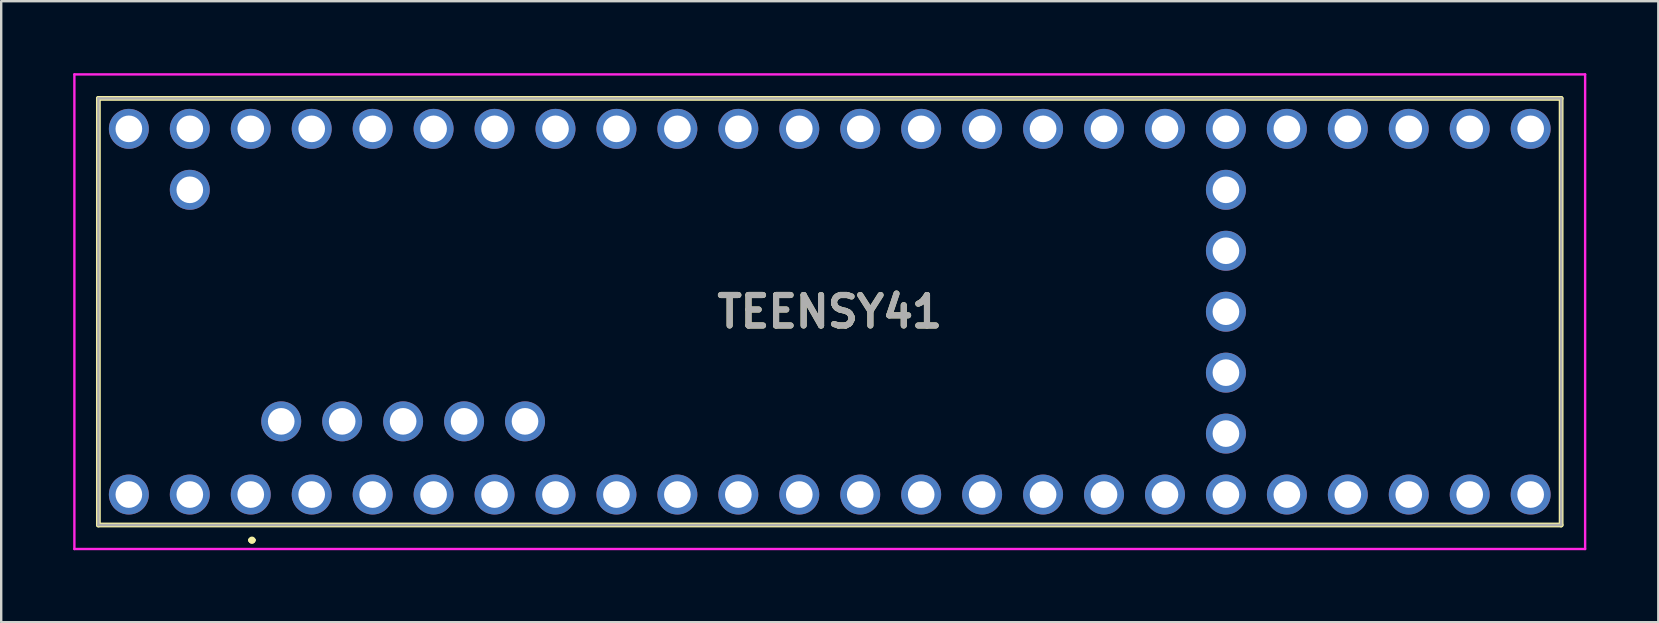
<source format=kicad_pcb>
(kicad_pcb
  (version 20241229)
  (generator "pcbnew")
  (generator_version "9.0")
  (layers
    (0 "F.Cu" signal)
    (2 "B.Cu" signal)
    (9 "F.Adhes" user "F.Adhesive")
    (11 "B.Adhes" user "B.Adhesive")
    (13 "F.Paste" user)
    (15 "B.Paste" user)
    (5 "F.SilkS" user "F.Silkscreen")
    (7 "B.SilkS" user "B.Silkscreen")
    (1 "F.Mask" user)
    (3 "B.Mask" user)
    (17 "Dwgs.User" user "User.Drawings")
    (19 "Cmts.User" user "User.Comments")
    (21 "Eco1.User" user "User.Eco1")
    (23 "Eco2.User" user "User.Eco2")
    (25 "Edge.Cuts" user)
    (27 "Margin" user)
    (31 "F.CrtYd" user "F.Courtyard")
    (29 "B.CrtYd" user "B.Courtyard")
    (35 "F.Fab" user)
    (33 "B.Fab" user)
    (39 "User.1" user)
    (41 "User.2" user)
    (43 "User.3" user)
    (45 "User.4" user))
  (footprint "TEENSY41"
    (layer "F.Cu")
    (at 7.4 17.56)
    (property "Reference" "TEENSY41" (at 24.13 -7.62 0) (layer "F.SilkS") (effects (font (size 1.27 1.27) (thickness 0.254))))
    (attr through_hole)
    (fp_line (start -6.35 -16.51) (end -6.35 1.27) (stroke (width 0.2) (type solid)) (layer "F.SilkS"))
    (fp_line (start -6.35 1.27) (end 54.61 1.27) (stroke (width 0.2) (type solid)) (layer "F.SilkS"))
    (fp_line (start 0 1.9) (end 0 1.9) (stroke (width 0.2) (type solid)) (layer "F.SilkS"))
    (fp_line (start 0 1.9) (end 0 1.9) (stroke (width 0.2) (type solid)) (layer "F.SilkS"))
    (fp_line (start 0.1 1.9) (end 0.1 1.9) (stroke (width 0.2) (type solid)) (layer "F.SilkS"))
    (fp_line (start 54.61 -16.51) (end -6.35 -16.51) (stroke (width 0.2) (type solid)) (layer "F.SilkS"))
    (fp_line (start 54.61 1.27) (end 54.61 -16.51) (stroke (width 0.2) (type solid)) (layer "F.SilkS"))
    (fp_arc (start 0 1.9) (mid 0.05 1.85) (end 0.1 1.9) (stroke (width 0.2) (type solid)) (layer "F.SilkS"))
    (fp_arc (start 0.1 1.9) (mid 0.05 1.95) (end 0 1.9) (stroke (width 0.2) (type solid)) (layer "F.SilkS"))
    (fp_arc (start 0.1 1.9) (mid 0.05 1.95) (end 0 1.9) (stroke (width 0.2) (type solid)) (layer "F.SilkS"))
    (fp_line (start -7.35 -17.51) (end 55.61 -17.51) (stroke (width 0.1) (type solid)) (layer "F.CrtYd"))
    (fp_line (start -7.35 2.27) (end -7.35 -17.51) (stroke (width 0.1) (type solid)) (layer "F.CrtYd"))
    (fp_line (start 55.61 -17.51) (end 55.61 2.27) (stroke (width 0.1) (type solid)) (layer "F.CrtYd"))
    (fp_line (start 55.61 2.27) (end -7.35 2.27) (stroke (width 0.1) (type solid)) (layer "F.CrtYd"))
    (fp_line (start -6.35 -16.51) (end -6.35 1.27) (stroke (width 0.1) (type solid)) (layer "F.Fab"))
    (fp_line (start -6.35 1.27) (end 54.61 1.27) (stroke (width 0.1) (type solid)) (layer "F.Fab"))
    (fp_line (start 54.61 -16.51) (end -6.35 -16.51) (stroke (width 0.1) (type solid)) (layer "F.Fab"))
    (fp_line (start 54.61 1.27) (end 54.61 -16.51) (stroke (width 0.1) (type solid)) (layer "F.Fab"))
    (fp_text user "${REFERENCE}" (at 24.13 -7.62 0) (layer "F.Fab") (effects (font (size 1.27 1.27) (thickness 0.254))))
    (pad "1" thru_hole circle (at 0 0) (size 1.665 1.665) (drill 1.11) (layers "*.Cu" "*.Mask"))
    (pad "2" thru_hole circle (at 2.54 0) (size 1.665 1.665) (drill 1.11) (layers "*.Cu" "*.Mask"))
    (pad "3" thru_hole circle (at 5.08 0) (size 1.665 1.665) (drill 1.11) (layers "*.Cu" "*.Mask"))
    (pad "4" thru_hole circle (at 7.62 0) (size 1.665 1.665) (drill 1.11) (layers "*.Cu" "*.Mask"))
    (pad "5" thru_hole circle (at 10.16 0) (size 1.665 1.665) (drill 1.11) (layers "*.Cu" "*.Mask"))
    (pad "6" thru_hole circle (at 12.7 0) (size 1.665 1.665) (drill 1.11) (layers "*.Cu" "*.Mask"))
    (pad "7" thru_hole circle (at 15.24 0) (size 1.665 1.665) (drill 1.11) (layers "*.Cu" "*.Mask"))
    (pad "8" thru_hole circle (at 17.78 0) (size 1.665 1.665) (drill 1.11) (layers "*.Cu" "*.Mask"))
    (pad "9" thru_hole circle (at 20.32 0) (size 1.665 1.665) (drill 1.11) (layers "*.Cu" "*.Mask"))
    (pad "10" thru_hole circle (at 22.86 0) (size 1.665 1.665) (drill 1.11) (layers "*.Cu" "*.Mask"))
    (pad "11" thru_hole circle (at 25.4 0) (size 1.665 1.665) (drill 1.11) (layers "*.Cu" "*.Mask"))
    (pad "12" thru_hole circle (at 27.94 0) (size 1.665 1.665) (drill 1.11) (layers "*.Cu" "*.Mask"))
    (pad "13" thru_hole circle (at 27.94 -15.24) (size 1.665 1.665) (drill 1.11) (layers "*.Cu" "*.Mask"))
    (pad "14" thru_hole circle (at 25.4 -15.24) (size 1.665 1.665) (drill 1.11) (layers "*.Cu" "*.Mask"))
    (pad "15" thru_hole circle (at 22.86 -15.24) (size 1.665 1.665) (drill 1.11) (layers "*.Cu" "*.Mask"))
    (pad "16" thru_hole circle (at 20.32 -15.24) (size 1.665 1.665) (drill 1.11) (layers "*.Cu" "*.Mask"))
    (pad "17" thru_hole circle (at 17.78 -15.24) (size 1.665 1.665) (drill 1.11) (layers "*.Cu" "*.Mask"))
    (pad "18" thru_hole circle (at 15.24 -15.24) (size 1.665 1.665) (drill 1.11) (layers "*.Cu" "*.Mask"))
    (pad "19" thru_hole circle (at 12.7 -15.24) (size 1.665 1.665) (drill 1.11) (layers "*.Cu" "*.Mask"))
    (pad "20" thru_hole circle (at 10.16 -15.24) (size 1.665 1.665) (drill 1.11) (layers "*.Cu" "*.Mask"))
    (pad "21" thru_hole circle (at 7.62 -15.24) (size 1.665 1.665) (drill 1.11) (layers "*.Cu" "*.Mask"))
    (pad "22" thru_hole circle (at 5.08 -15.24) (size 1.665 1.665) (drill 1.11) (layers "*.Cu" "*.Mask"))
    (pad "23" thru_hole circle (at 2.54 -15.24) (size 1.665 1.665) (drill 1.11) (layers "*.Cu" "*.Mask"))
    (pad "24" thru_hole circle (at 33.02 0) (size 1.665 1.665) (drill 1.11) (layers "*.Cu" "*.Mask"))
    (pad "25" thru_hole circle (at 35.56 0) (size 1.665 1.665) (drill 1.11) (layers "*.Cu" "*.Mask"))
    (pad "26" thru_hole circle (at 38.1 0) (size 1.665 1.665) (drill 1.11) (layers "*.Cu" "*.Mask"))
    (pad "27" thru_hole circle (at 40.64 0) (size 1.665 1.665) (drill 1.11) (layers "*.Cu" "*.Mask"))
    (pad "28" thru_hole circle (at 43.18 0) (size 1.665 1.665) (drill 1.11) (layers "*.Cu" "*.Mask"))
    (pad "29" thru_hole circle (at 45.72 0) (size 1.665 1.665) (drill 1.11) (layers "*.Cu" "*.Mask"))
    (pad "30" thru_hole circle (at 48.26 0) (size 1.665 1.665) (drill 1.11) (layers "*.Cu" "*.Mask"))
    (pad "31" thru_hole circle (at 50.8 0) (size 1.665 1.665) (drill 1.11) (layers "*.Cu" "*.Mask"))
    (pad "32" thru_hole circle (at 53.34 0) (size 1.665 1.665) (drill 1.11) (layers "*.Cu" "*.Mask"))
    (pad "33" thru_hole circle (at 53.34 -15.24) (size 1.665 1.665) (drill 1.11) (layers "*.Cu" "*.Mask"))
    (pad "34" thru_hole circle (at 50.8 -15.24) (size 1.665 1.665) (drill 1.11) (layers "*.Cu" "*.Mask"))
    (pad "35" thru_hole circle (at 48.26 -15.24) (size 1.665 1.665) (drill 1.11) (layers "*.Cu" "*.Mask"))
    (pad "36" thru_hole circle (at 45.72 -15.24) (size 1.665 1.665) (drill 1.11) (layers "*.Cu" "*.Mask"))
    (pad "37" thru_hole circle (at 43.18 -15.24) (size 1.665 1.665) (drill 1.11) (layers "*.Cu" "*.Mask"))
    (pad "38" thru_hole circle (at 40.64 -15.24) (size 1.665 1.665) (drill 1.11) (layers "*.Cu" "*.Mask"))
    (pad "39" thru_hole circle (at 38.1 -15.24) (size 1.665 1.665) (drill 1.11) (layers "*.Cu" "*.Mask"))
    (pad "40" thru_hole circle (at 35.56 -15.24) (size 1.665 1.665) (drill 1.11) (layers "*.Cu" "*.Mask"))
    (pad "41" thru_hole circle (at 33.02 -15.24) (size 1.665 1.665) (drill 1.11) (layers "*.Cu" "*.Mask"))
    (pad "42" thru_hole circle (at 30.48 0) (size 1.665 1.665) (drill 1.11) (layers "*.Cu" "*.Mask"))
    (pad "43" thru_hole circle (at 40.64 -2.54) (size 1.665 1.665) (drill 1.11) (layers "*.Cu" "*.Mask"))
    (pad "44" thru_hole circle (at 40.64 -5.08) (size 1.665 1.665) (drill 1.11) (layers "*.Cu" "*.Mask"))
    (pad "45" thru_hole circle (at 40.64 -7.62) (size 1.665 1.665) (drill 1.11) (layers "*.Cu" "*.Mask"))
    (pad "46" thru_hole circle (at 40.64 -10.16) (size 1.665 1.665) (drill 1.11) (layers "*.Cu" "*.Mask"))
    (pad "47" thru_hole circle (at 40.64 -12.7) (size 1.665 1.665) (drill 1.11) (layers "*.Cu" "*.Mask"))
    (pad "48" thru_hole circle (at 11.43 -3.05) (size 1.665 1.665) (drill 1.11) (layers "*.Cu" "*.Mask"))
    (pad "49" thru_hole circle (at 8.89 -3.05) (size 1.665 1.665) (drill 1.11) (layers "*.Cu" "*.Mask"))
    (pad "50" thru_hole circle (at 6.35 -3.05) (size 1.665 1.665) (drill 1.11) (layers "*.Cu" "*.Mask"))
    (pad "51" thru_hole circle (at 3.81 -3.05) (size 1.665 1.665) (drill 1.11) (layers "*.Cu" "*.Mask"))
    (pad "52" thru_hole circle (at 1.27 -3.05) (size 1.665 1.665) (drill 1.11) (layers "*.Cu" "*.Mask"))
    (pad "53" thru_hole circle (at 0 -15.24) (size 1.665 1.665) (drill 1.11) (layers "*.Cu" "*.Mask"))
    (pad "55" thru_hole circle (at -5.08 -15.24) (size 1.665 1.665) (drill 1.11) (layers "*.Cu" "*.Mask"))
    (pad "57" thru_hole circle (at -2.54 0) (size 1.665 1.665) (drill 1.11) (layers "*.Cu" "*.Mask"))
    (pad "68" thru_hole circle (at -2.54 -12.7) (size 1.665 1.665) (drill 1.11) (layers "*.Cu" "*.Mask"))
    (pad "69" thru_hole circle (at 30.48 -15.24) (size 1.665 1.665) (drill 1.11) (layers "*.Cu" "*.Mask"))
    (pad "70" thru_hole circle (at -2.54 -15.24) (size 1.665 1.665) (drill 1.11) (layers "*.Cu" "*.Mask"))
    (pad "71" thru_hole circle (at -5.08 0) (size 1.665 1.665) (drill 1.11) (layers "*.Cu" "*.Mask")))
  (gr_rect
    (start -3 -3)
    (end 66.06 22.88)
    (stroke (width 0.1) (type default))
    (fill no)
    (layer "Edge.Cuts")))
</source>
